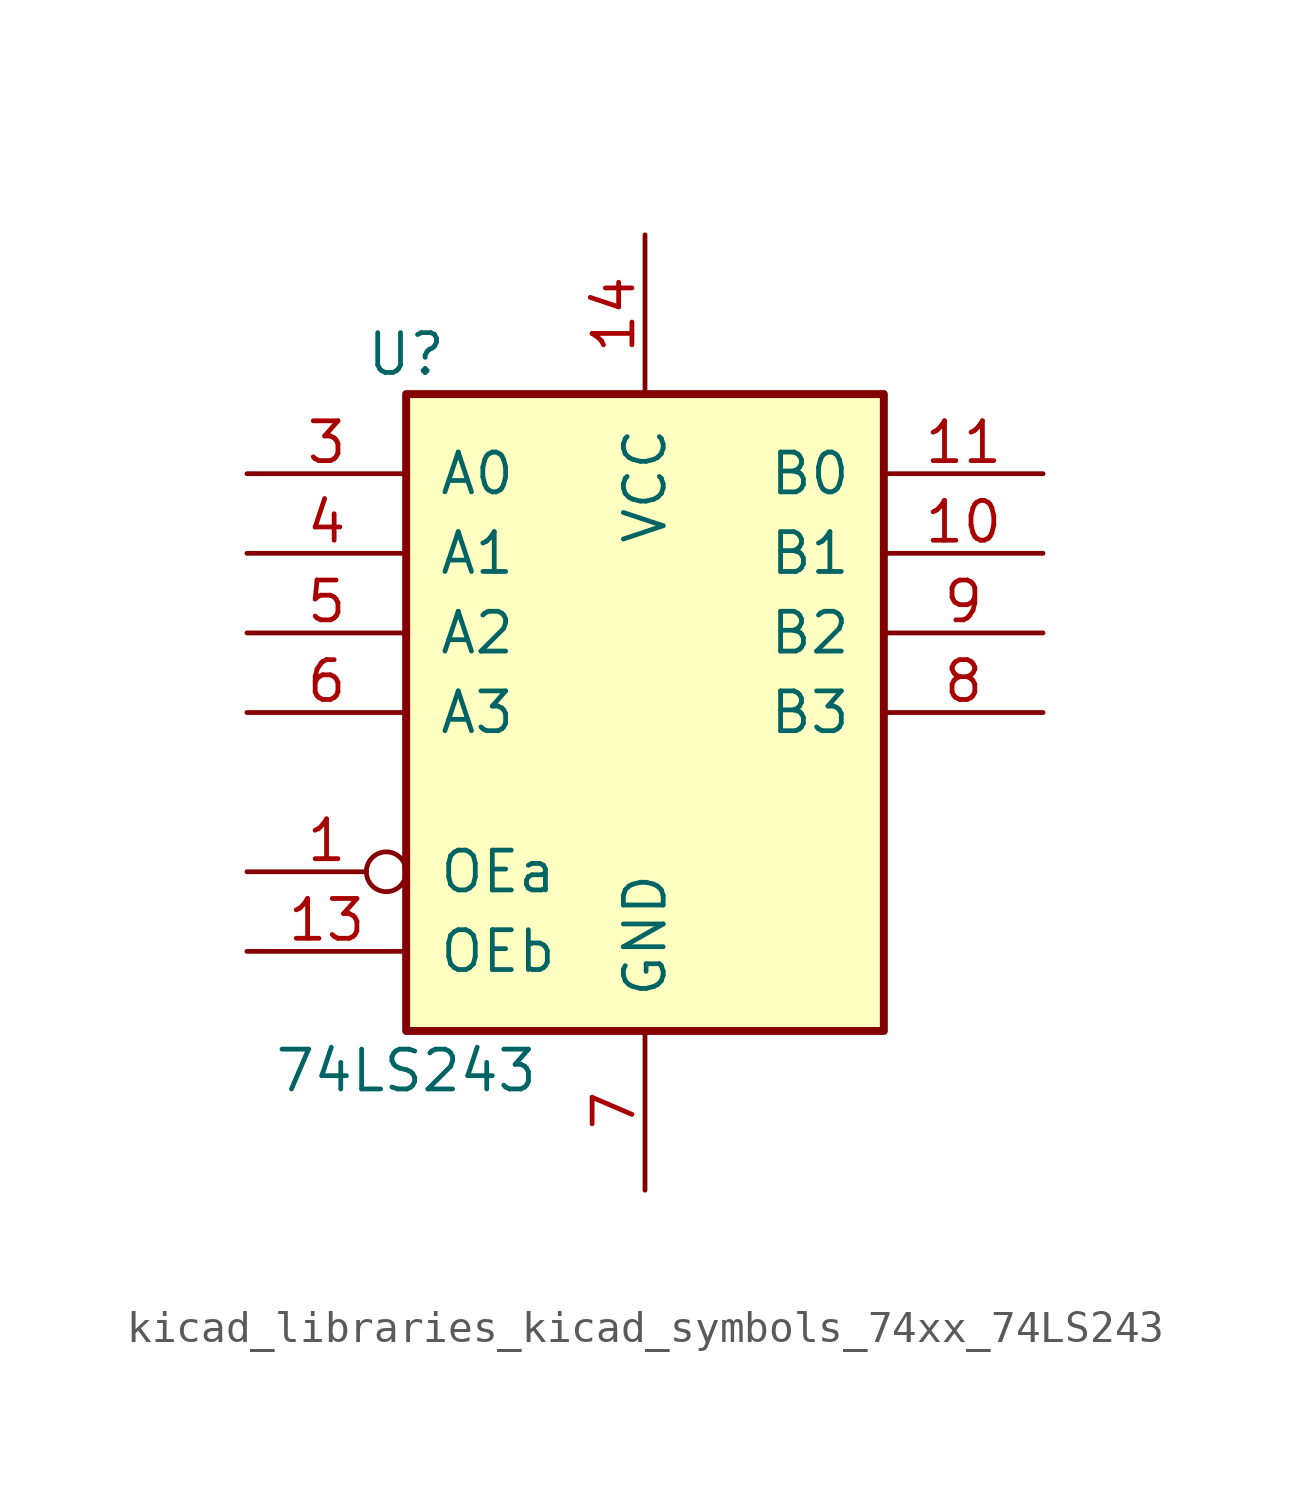
<source format=kicad_sym>
(kicad_symbol_lib
  (version 20220914)
  (generator kicad_symbol_editor)
  (symbol "kicad_libraries_kicad_symbols_74xx_74LS243"
    (pin_names
      (offset 1.016))
    (property "Reference" "U"
      (at -7.62 11.43 0)
      (effects (font (size 1.27 1.27))))
    (property "Value" "74LS243"
      (at -7.62 -11.43 0)
      (effects (font (size 1.27 1.27))))
    (property "ki_locked" ""
      (at 0 0 0)
      (effects (font (size 1.27 1.27))))
    (symbol "kicad_libraries_kicad_symbols_74xx_74LS243_1_0"
      (pin input inverted (at -12.7 -5.08 0) (length 5.08) (name "OEa" (effects (font (size 1.27 1.27)))) (number "1" (effects (font (size 1.27 1.27)))))
      (pin tri_state line (at 12.7 5.08 180) (length 5.08) (name "B1" (effects (font (size 1.27 1.27)))) (number "10" (effects (font (size 1.27 1.27)))))
      (pin tri_state line (at 12.7 7.62 180) (length 5.08) (name "B0" (effects (font (size 1.27 1.27)))) (number "11" (effects (font (size 1.27 1.27)))))
      (pin input line (at -12.7 -7.62 0) (length 5.08) (name "OEb" (effects (font (size 1.27 1.27)))) (number "13" (effects (font (size 1.27 1.27)))))
      (pin power_in line (at 0 15.24 270) (length 5.08) (name "VCC" (effects (font (size 1.27 1.27)))) (number "14" (effects (font (size 1.27 1.27)))))
      (pin input line (at -12.7 7.62 0) (length 5.08) (name "A0" (effects (font (size 1.27 1.27)))) (number "3" (effects (font (size 1.27 1.27)))))
      (pin input line (at -12.7 5.08 0) (length 5.08) (name "A1" (effects (font (size 1.27 1.27)))) (number "4" (effects (font (size 1.27 1.27)))))
      (pin input line (at -12.7 2.54 0) (length 5.08) (name "A2" (effects (font (size 1.27 1.27)))) (number "5" (effects (font (size 1.27 1.27)))))
      (pin input line (at -12.7 0 0) (length 5.08) (name "A3" (effects (font (size 1.27 1.27)))) (number "6" (effects (font (size 1.27 1.27)))))
      (pin power_in line (at 0 -15.24 90) (length 5.08) (name "GND" (effects (font (size 1.27 1.27)))) (number "7" (effects (font (size 1.27 1.27)))))
      (pin tri_state line (at 12.7 0 180) (length 5.08) (name "B3" (effects (font (size 1.27 1.27)))) (number "8" (effects (font (size 1.27 1.27)))))
      (pin tri_state line (at 12.7 2.54 180) (length 5.08) (name "B2" (effects (font (size 1.27 1.27)))) (number "9" (effects (font (size 1.27 1.27))))))
    (symbol "kicad_libraries_kicad_symbols_74xx_74LS243_1_1"
      (rectangle (start -7.62 10.16) (end 7.62 -10.16) (stroke (width 0.254) (type default)) (fill (type background))))))
</source>
